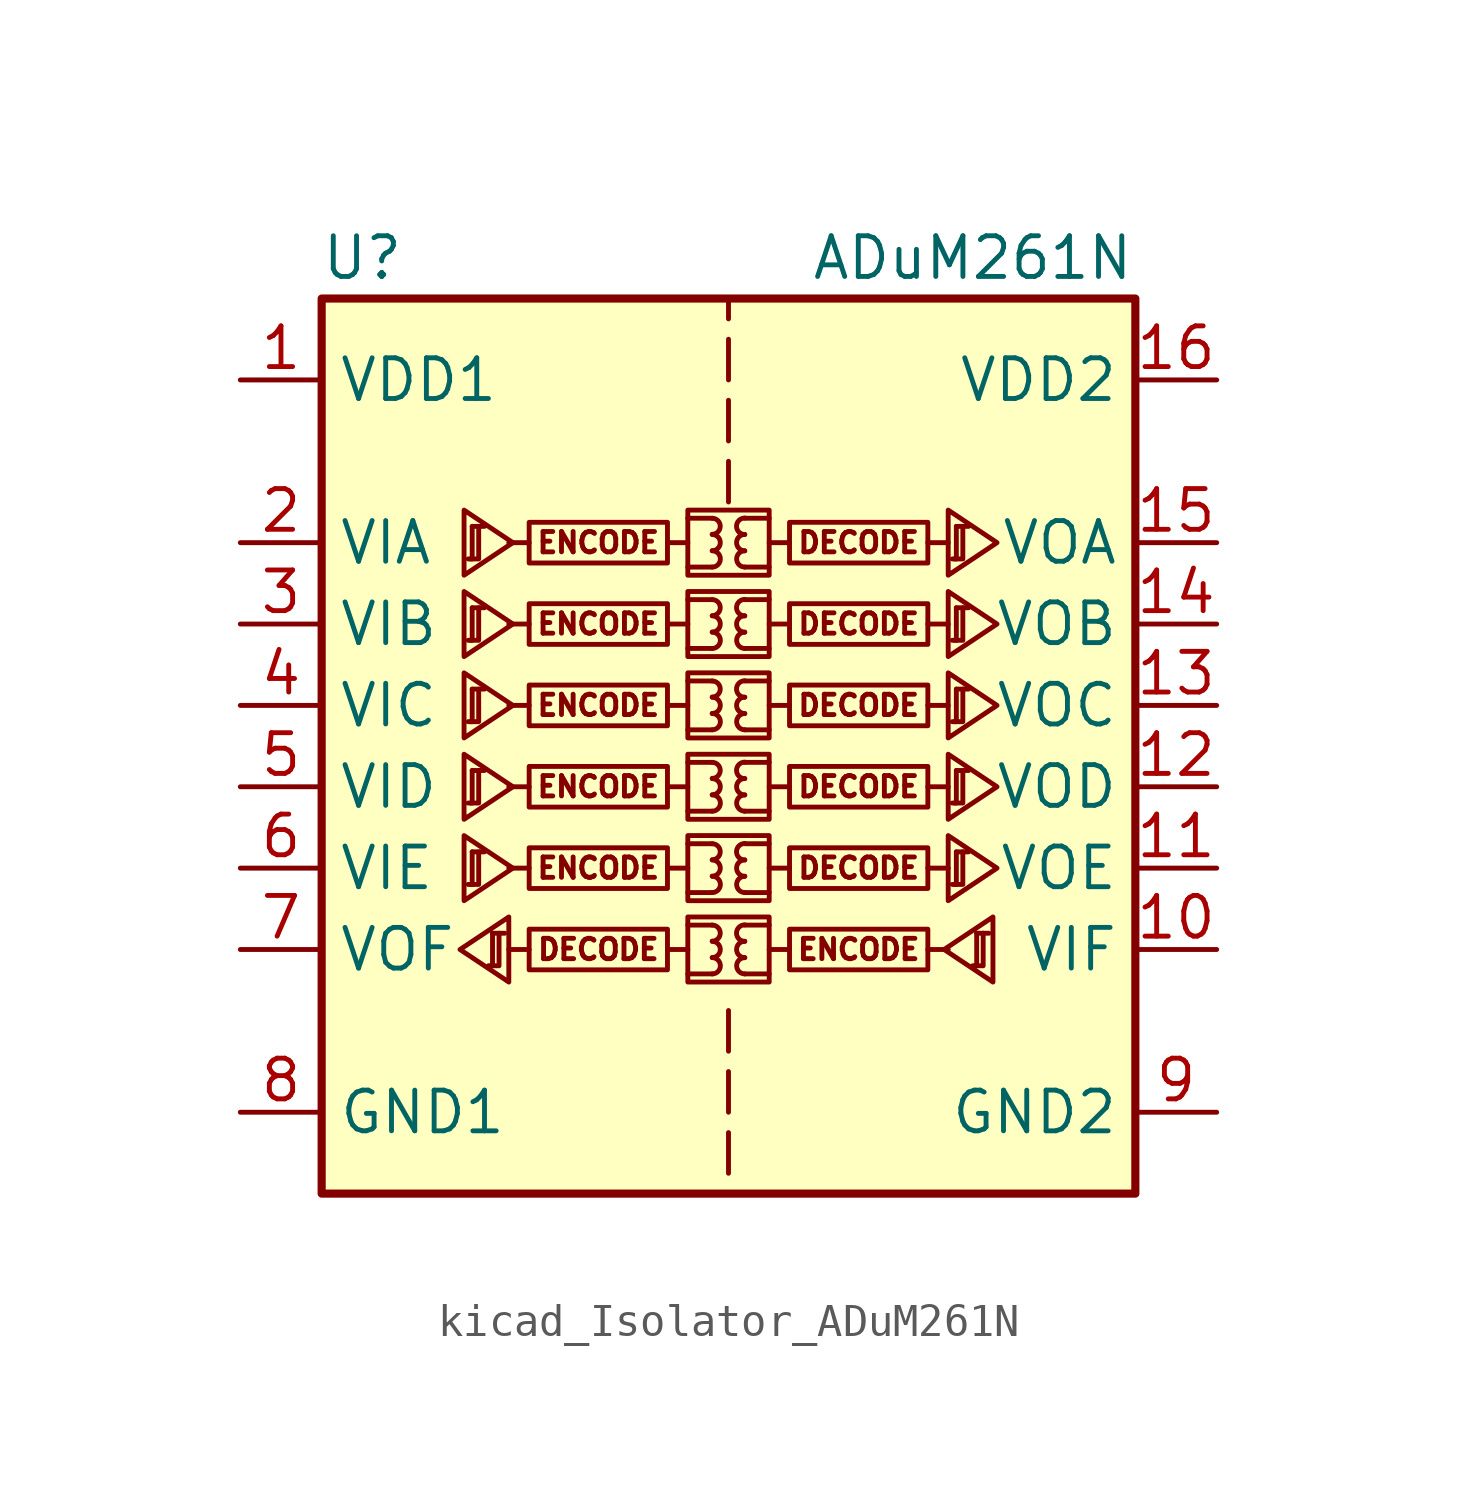
<source format=kicad_sym>
(kicad_symbol_lib
  (version 20220914)
  (generator kicad_symbol_editor)
  (symbol "kicad_Isolator_ADuM261N"
    (property "Reference" "U"
      (at -11.43 16.51 0)
      (effects (font (size 1.27 1.27))))
    (property "Value" "ADuM261N"
      (at 7.62 16.51 0)
      (effects (font (size 1.27 1.27))))
    (symbol "kicad_Isolator_ADuM261N_1_0"
      (rectangle (start -1.27 -4.064) (end 1.27 -6.096) (stroke (width 0) (type default)) (fill (type none)))
      (rectangle (start -1.27 -1.524) (end 1.27 -3.556) (stroke (width 0) (type default)) (fill (type none)))
      (rectangle (start -1.27 1.016) (end 1.27 -1.016) (stroke (width 0) (type default)) (fill (type none)))
      (rectangle (start -1.27 3.556) (end 1.27 1.524) (stroke (width 0) (type default)) (fill (type none)))
      (rectangle (start -1.27 6.096) (end 1.27 4.064) (stroke (width 0) (type default)) (fill (type none)))
      (rectangle (start -1.27 8.636) (end 1.27 6.604) (stroke (width 0) (type default)) (fill (type none)))
      (arc (start -0.508 -5.842) (mid -0.2551 -5.588) (end -0.508 -5.334) (stroke (width 0) (type default)) (fill (type none)))
      (arc (start -0.508 -5.334) (mid -0.2551 -5.08) (end -0.508 -4.826) (stroke (width 0) (type default)) (fill (type none)))
      (arc (start -0.508 -4.826) (mid -0.2551 -4.572) (end -0.508 -4.318) (stroke (width 0) (type default)) (fill (type none)))
      (arc (start -0.508 -3.302) (mid -0.2551 -3.048) (end -0.508 -2.794) (stroke (width 0) (type default)) (fill (type none)))
      (arc (start -0.508 -2.794) (mid -0.2551 -2.54) (end -0.508 -2.286) (stroke (width 0) (type default)) (fill (type none)))
      (arc (start -0.508 -2.286) (mid -0.2551 -2.032) (end -0.508 -1.778) (stroke (width 0) (type default)) (fill (type none)))
      (arc (start -0.508 -0.762) (mid -0.2551 -0.508) (end -0.508 -0.254) (stroke (width 0) (type default)) (fill (type none)))
      (arc (start -0.508 -0.254) (mid -0.2551 0) (end -0.508 0.254) (stroke (width 0) (type default)) (fill (type none)))
      (arc (start -0.508 0.254) (mid -0.2551 0.508) (end -0.508 0.762) (stroke (width 0) (type default)) (fill (type none)))
      (arc (start -0.508 1.778) (mid -0.2551 2.032) (end -0.508 2.286) (stroke (width 0) (type default)) (fill (type none)))
      (arc (start -0.508 2.286) (mid -0.2551 2.54) (end -0.508 2.794) (stroke (width 0) (type default)) (fill (type none)))
      (arc (start -0.508 2.794) (mid -0.2551 3.048) (end -0.508 3.302) (stroke (width 0) (type default)) (fill (type none)))
      (arc (start -0.508 4.318) (mid -0.2551 4.572) (end -0.508 4.826) (stroke (width 0) (type default)) (fill (type none)))
      (arc (start -0.508 4.826) (mid -0.2551 5.08) (end -0.508 5.334) (stroke (width 0) (type default)) (fill (type none)))
      (arc (start -0.508 5.334) (mid -0.2551 5.588) (end -0.508 5.842) (stroke (width 0) (type default)) (fill (type none)))
      (arc (start -0.508 6.858) (mid -0.2551 7.112) (end -0.508 7.366) (stroke (width 0) (type default)) (fill (type none)))
      (arc (start -0.508 7.366) (mid -0.2551 7.62) (end -0.508 7.874) (stroke (width 0) (type default)) (fill (type none)))
      (arc (start -0.508 7.874) (mid -0.2551 8.128) (end -0.508 8.382) (stroke (width 0) (type default)) (fill (type none)))
      (polyline (pts (xy -6.223 -5.08) (xy -6.858 -5.08)) (stroke (width 0) (type default)) (fill (type none)))
      (polyline (pts (xy -6.223 -2.54) (xy -6.858 -2.54)) (stroke (width 0) (type default)) (fill (type none)))
      (polyline (pts (xy -6.223 0) (xy -6.858 0)) (stroke (width 0) (type default)) (fill (type none)))
      (polyline (pts (xy -6.223 2.54) (xy -6.858 2.54)) (stroke (width 0) (type default)) (fill (type none)))
      (polyline (pts (xy -6.223 5.08) (xy -6.858 5.08)) (stroke (width 0) (type default)) (fill (type none)))
      (polyline (pts (xy -6.223 7.62) (xy -6.858 7.62)) (stroke (width 0) (type default)) (fill (type none)))
      (polyline (pts (xy -1.905 -5.08) (xy -1.27 -5.08)) (stroke (width 0) (type default)) (fill (type none)))
      (polyline (pts (xy -1.905 -2.54) (xy -1.27 -2.54)) (stroke (width 0) (type default)) (fill (type none)))
      (polyline (pts (xy -1.905 0) (xy -1.27 0)) (stroke (width 0) (type default)) (fill (type none)))
      (polyline (pts (xy -1.905 2.54) (xy -1.27 2.54)) (stroke (width 0) (type default)) (fill (type none)))
      (polyline (pts (xy -1.905 5.08) (xy -1.27 5.08)) (stroke (width 0) (type default)) (fill (type none)))
      (polyline (pts (xy -1.905 7.62) (xy -1.27 7.62)) (stroke (width 0) (type default)) (fill (type none)))
      (polyline (pts (xy -1.27 -5.842) (xy -0.508 -5.842)) (stroke (width 0) (type default)) (fill (type none)))
      (polyline (pts (xy -1.27 -4.318) (xy -0.508 -4.318)) (stroke (width 0) (type default)) (fill (type none)))
      (polyline (pts (xy -1.27 -3.302) (xy -0.508 -3.302)) (stroke (width 0) (type default)) (fill (type none)))
      (polyline (pts (xy -1.27 -1.778) (xy -0.508 -1.778)) (stroke (width 0) (type default)) (fill (type none)))
      (polyline (pts (xy -1.27 -0.762) (xy -0.508 -0.762)) (stroke (width 0) (type default)) (fill (type none)))
      (polyline (pts (xy -1.27 0.762) (xy -0.508 0.762)) (stroke (width 0) (type default)) (fill (type none)))
      (polyline (pts (xy -1.27 1.778) (xy -0.508 1.778)) (stroke (width 0) (type default)) (fill (type none)))
      (polyline (pts (xy -1.27 3.302) (xy -0.508 3.302)) (stroke (width 0) (type default)) (fill (type none)))
      (polyline (pts (xy -1.27 4.318) (xy -0.508 4.318)) (stroke (width 0) (type default)) (fill (type none)))
      (polyline (pts (xy -1.27 5.842) (xy -0.508 5.842)) (stroke (width 0) (type default)) (fill (type none)))
      (polyline (pts (xy -1.27 6.858) (xy -0.508 6.858)) (stroke (width 0) (type default)) (fill (type none)))
      (polyline (pts (xy -1.27 8.382) (xy -0.508 8.382)) (stroke (width 0) (type default)) (fill (type none)))
      (polyline (pts (xy 0 -10.795) (xy 0 -12.065)) (stroke (width 0) (type default)) (fill (type none)))
      (polyline (pts (xy 0 -8.89) (xy 0 -10.16)) (stroke (width 0) (type default)) (fill (type none)))
      (polyline (pts (xy 0 -6.985) (xy 0 -8.255)) (stroke (width 0) (type default)) (fill (type none)))
      (polyline (pts (xy 0 8.89) (xy 0 10.16)) (stroke (width 0) (type default)) (fill (type none)))
      (polyline (pts (xy 0 12.065) (xy 0 10.795)) (stroke (width 0) (type default)) (fill (type none)))
      (polyline (pts (xy 0 13.97) (xy 0 12.7)) (stroke (width 0) (type default)) (fill (type none)))
      (polyline (pts (xy 0 14.605) (xy 0 15.24)) (stroke (width 0) (type default)) (fill (type none)))
      (polyline (pts (xy 1.27 -5.842) (xy 0.508 -5.842)) (stroke (width 0) (type default)) (fill (type none)))
      (polyline (pts (xy 1.27 -4.318) (xy 0.508 -4.318)) (stroke (width 0) (type default)) (fill (type none)))
      (polyline (pts (xy 1.27 -3.302) (xy 0.508 -3.302)) (stroke (width 0) (type default)) (fill (type none)))
      (polyline (pts (xy 1.27 -1.778) (xy 0.508 -1.778)) (stroke (width 0) (type default)) (fill (type none)))
      (polyline (pts (xy 1.27 -0.762) (xy 0.508 -0.762)) (stroke (width 0) (type default)) (fill (type none)))
      (polyline (pts (xy 1.27 0.762) (xy 0.508 0.762)) (stroke (width 0) (type default)) (fill (type none)))
      (polyline (pts (xy 1.27 1.778) (xy 0.508 1.778)) (stroke (width 0) (type default)) (fill (type none)))
      (polyline (pts (xy 1.27 3.302) (xy 0.508 3.302)) (stroke (width 0) (type default)) (fill (type none)))
      (polyline (pts (xy 1.27 4.318) (xy 0.508 4.318)) (stroke (width 0) (type default)) (fill (type none)))
      (polyline (pts (xy 1.27 5.842) (xy 0.508 5.842)) (stroke (width 0) (type default)) (fill (type none)))
      (polyline (pts (xy 1.27 6.858) (xy 0.508 6.858)) (stroke (width 0) (type default)) (fill (type none)))
      (polyline (pts (xy 1.27 8.382) (xy 0.508 8.382)) (stroke (width 0) (type default)) (fill (type none)))
      (polyline (pts (xy 1.905 -5.08) (xy 1.27 -5.08)) (stroke (width 0) (type default)) (fill (type none)))
      (polyline (pts (xy 1.905 -2.54) (xy 1.27 -2.54)) (stroke (width 0) (type default)) (fill (type none)))
      (polyline (pts (xy 1.905 0) (xy 1.27 0)) (stroke (width 0) (type default)) (fill (type none)))
      (polyline (pts (xy 1.905 2.54) (xy 1.27 2.54)) (stroke (width 0) (type default)) (fill (type none)))
      (polyline (pts (xy 1.905 5.08) (xy 1.27 5.08)) (stroke (width 0) (type default)) (fill (type none)))
      (polyline (pts (xy 1.905 7.62) (xy 1.27 7.62)) (stroke (width 0) (type default)) (fill (type none)))
      (polyline (pts (xy 6.223 -5.08) (xy 6.858 -5.08)) (stroke (width 0) (type default)) (fill (type none)))
      (polyline (pts (xy 6.223 -2.54) (xy 6.858 -2.54)) (stroke (width 0) (type default)) (fill (type none)))
      (polyline (pts (xy 6.223 0) (xy 6.858 0)) (stroke (width 0) (type default)) (fill (type none)))
      (polyline (pts (xy 6.223 2.54) (xy 6.858 2.54)) (stroke (width 0) (type default)) (fill (type none)))
      (polyline (pts (xy 6.223 5.08) (xy 6.858 5.08)) (stroke (width 0) (type default)) (fill (type none)))
      (polyline (pts (xy 6.223 7.62) (xy 6.858 7.62)) (stroke (width 0) (type default)) (fill (type none)))
      (arc (start 0.508 -5.334) (mid 0.2551 -5.588) (end 0.508 -5.842) (stroke (width 0) (type default)) (fill (type none)))
      (arc (start 0.508 -4.826) (mid 0.2551 -5.08) (end 0.508 -5.334) (stroke (width 0) (type default)) (fill (type none)))
      (arc (start 0.508 -4.318) (mid 0.2551 -4.572) (end 0.508 -4.826) (stroke (width 0) (type default)) (fill (type none)))
      (arc (start 0.508 -2.794) (mid 0.2551 -3.048) (end 0.508 -3.302) (stroke (width 0) (type default)) (fill (type none)))
      (arc (start 0.508 -2.286) (mid 0.2551 -2.54) (end 0.508 -2.794) (stroke (width 0) (type default)) (fill (type none)))
      (arc (start 0.508 -1.778) (mid 0.2551 -2.032) (end 0.508 -2.286) (stroke (width 0) (type default)) (fill (type none)))
      (arc (start 0.508 -0.254) (mid 0.2551 -0.508) (end 0.508 -0.762) (stroke (width 0) (type default)) (fill (type none)))
      (arc (start 0.508 0.254) (mid 0.2551 0) (end 0.508 -0.254) (stroke (width 0) (type default)) (fill (type none)))
      (arc (start 0.508 0.762) (mid 0.2551 0.508) (end 0.508 0.254) (stroke (width 0) (type default)) (fill (type none)))
      (arc (start 0.508 2.286) (mid 0.2551 2.032) (end 0.508 1.778) (stroke (width 0) (type default)) (fill (type none)))
      (arc (start 0.508 2.794) (mid 0.2551 2.54) (end 0.508 2.286) (stroke (width 0) (type default)) (fill (type none)))
      (arc (start 0.508 3.302) (mid 0.2551 3.048) (end 0.508 2.794) (stroke (width 0) (type default)) (fill (type none)))
      (arc (start 0.508 4.826) (mid 0.2551 4.572) (end 0.508 4.318) (stroke (width 0) (type default)) (fill (type none)))
      (arc (start 0.508 5.334) (mid 0.2551 5.08) (end 0.508 4.826) (stroke (width 0) (type default)) (fill (type none)))
      (arc (start 0.508 5.842) (mid 0.2551 5.588) (end 0.508 5.334) (stroke (width 0) (type default)) (fill (type none)))
      (arc (start 0.508 7.366) (mid 0.2551 7.112) (end 0.508 6.858) (stroke (width 0) (type default)) (fill (type none)))
      (arc (start 0.508 7.874) (mid 0.2551 7.62) (end 0.508 7.366) (stroke (width 0) (type default)) (fill (type none)))
      (arc (start 0.508 8.382) (mid 0.2551 8.128) (end 0.508 7.874) (stroke (width 0) (type default)) (fill (type none)))
      (rectangle (start 1.905 -4.445) (end 6.223 -5.715) (stroke (width 0) (type default)) (fill (type none)))
      (rectangle (start 1.905 -1.905) (end 6.223 -3.175) (stroke (width 0) (type default)) (fill (type none)))
      (rectangle (start 1.905 0.635) (end 6.223 -0.635) (stroke (width 0) (type default)) (fill (type none)))
      (rectangle (start 1.905 3.175) (end 6.223 1.905) (stroke (width 0) (type default)) (fill (type none)))
      (rectangle (start 1.905 5.715) (end 6.223 4.445) (stroke (width 0) (type default)) (fill (type none)))
      (rectangle (start 1.905 8.255) (end 6.223 6.985) (stroke (width 0) (type default)) (fill (type none)))
      (text "DECODE" (at -4.064 -5.08 0) (effects (font (size 0.635 0.635))))
      (text "DECODE" (at 4.064 -2.54 0) (effects (font (size 0.635 0.635))))
      (text "DECODE" (at 4.064 0 0) (effects (font (size 0.635 0.635))))
      (text "DECODE" (at 4.064 2.54 0) (effects (font (size 0.635 0.635))))
      (text "DECODE" (at 4.064 5.08 0) (effects (font (size 0.635 0.635))))
      (text "DECODE" (at 4.064 7.62 0) (effects (font (size 0.635 0.635))))
      (text "ENCODE" (at -4.064 -2.54 0) (effects (font (size 0.635 0.635))))
      (text "ENCODE" (at -4.064 0 0) (effects (font (size 0.635 0.635))))
      (text "ENCODE" (at -4.064 2.54 0) (effects (font (size 0.635 0.635))))
      (text "ENCODE" (at -4.064 5.08 0) (effects (font (size 0.635 0.635))))
      (text "ENCODE" (at -4.064 7.62 0) (effects (font (size 0.635 0.635))))
      (text "ENCODE" (at 4.064 -5.08 0) (effects (font (size 0.635 0.635)))))
    (symbol "kicad_Isolator_ADuM261N_1_1"
      (rectangle (start -12.7 15.24) (end 12.7 -12.7) (stroke (width 0.254) (type default)) (fill (type background)))
      (rectangle (start -1.905 -4.445) (end -6.223 -5.715) (stroke (width 0) (type default)) (fill (type none)))
      (rectangle (start -1.905 -1.905) (end -6.223 -3.175) (stroke (width 0) (type default)) (fill (type none)))
      (rectangle (start -1.905 0.635) (end -6.223 -0.635) (stroke (width 0) (type default)) (fill (type none)))
      (rectangle (start -1.905 3.175) (end -6.223 1.905) (stroke (width 0) (type default)) (fill (type none)))
      (rectangle (start -1.905 5.715) (end -6.223 4.445) (stroke (width 0) (type default)) (fill (type none)))
      (rectangle (start -1.905 8.255) (end -6.223 6.985) (stroke (width 0) (type default)) (fill (type none)))
      (polyline (pts (xy -8.001 -2.032) (xy -7.62 -2.032)) (stroke (width 0) (type default)) (fill (type none)))
      (polyline (pts (xy -8.001 0.508) (xy -7.62 0.508)) (stroke (width 0) (type default)) (fill (type none)))
      (polyline (pts (xy -8.001 3.048) (xy -7.62 3.048)) (stroke (width 0) (type default)) (fill (type none)))
      (polyline (pts (xy -8.001 5.588) (xy -7.62 5.588)) (stroke (width 0) (type default)) (fill (type none)))
      (polyline (pts (xy -8.001 8.128) (xy -7.62 8.128)) (stroke (width 0) (type default)) (fill (type none)))
      (polyline (pts (xy -7.366 -4.572) (xy -6.985 -4.572)) (stroke (width 0) (type default)) (fill (type none)))
      (polyline (pts (xy 7.112 -2.032) (xy 7.493 -2.032)) (stroke (width 0) (type default)) (fill (type none)))
      (polyline (pts (xy 7.112 0.508) (xy 7.493 0.508)) (stroke (width 0) (type default)) (fill (type none)))
      (polyline (pts (xy 7.112 3.048) (xy 7.493 3.048)) (stroke (width 0) (type default)) (fill (type none)))
      (polyline (pts (xy 7.112 5.588) (xy 7.493 5.588)) (stroke (width 0) (type default)) (fill (type none)))
      (polyline (pts (xy 7.112 8.128) (xy 7.493 8.128)) (stroke (width 0) (type default)) (fill (type none)))
      (polyline (pts (xy 7.747 -4.572) (xy 8.128 -4.572)) (stroke (width 0) (type default)) (fill (type none)))
      (polyline (pts (xy -8.052 -3.048) (xy -7.798 -3.048) (xy -7.798 -2.032)) (stroke (width 0) (type default)) (fill (type none)))
      (polyline (pts (xy -8.052 -0.508) (xy -7.798 -0.508) (xy -7.798 0.508)) (stroke (width 0) (type default)) (fill (type none)))
      (polyline (pts (xy -8.052 2.032) (xy -7.798 2.032) (xy -7.798 3.048)) (stroke (width 0) (type default)) (fill (type none)))
      (polyline (pts (xy -8.052 4.572) (xy -7.798 4.572) (xy -7.798 5.588)) (stroke (width 0) (type default)) (fill (type none)))
      (polyline (pts (xy -8.052 7.112) (xy -7.798 7.112) (xy -7.798 8.128)) (stroke (width 0) (type default)) (fill (type none)))
      (polyline (pts (xy -8.001 -2.032) (xy -8.001 -3.048) (xy -8.128 -3.048)) (stroke (width 0) (type default)) (fill (type none)))
      (polyline (pts (xy -8.001 0.508) (xy -8.001 -0.508) (xy -8.128 -0.508)) (stroke (width 0) (type default)) (fill (type none)))
      (polyline (pts (xy -8.001 3.048) (xy -8.001 2.032) (xy -8.128 2.032)) (stroke (width 0) (type default)) (fill (type none)))
      (polyline (pts (xy -8.001 5.588) (xy -8.001 4.572) (xy -8.128 4.572)) (stroke (width 0) (type default)) (fill (type none)))
      (polyline (pts (xy -8.001 8.128) (xy -8.001 7.112) (xy -8.128 7.112)) (stroke (width 0) (type default)) (fill (type none)))
      (polyline (pts (xy -7.417 -5.588) (xy -7.163 -5.588) (xy -7.163 -4.572)) (stroke (width 0) (type default)) (fill (type none)))
      (polyline (pts (xy -7.366 -4.572) (xy -7.366 -5.588) (xy -7.493 -5.588)) (stroke (width 0) (type default)) (fill (type none)))
      (polyline (pts (xy 7.061 -3.048) (xy 7.315 -3.048) (xy 7.315 -2.032)) (stroke (width 0) (type default)) (fill (type none)))
      (polyline (pts (xy 7.061 -0.508) (xy 7.315 -0.508) (xy 7.315 0.508)) (stroke (width 0) (type default)) (fill (type none)))
      (polyline (pts (xy 7.061 2.032) (xy 7.315 2.032) (xy 7.315 3.048)) (stroke (width 0) (type default)) (fill (type none)))
      (polyline (pts (xy 7.061 4.572) (xy 7.315 4.572) (xy 7.315 5.588)) (stroke (width 0) (type default)) (fill (type none)))
      (polyline (pts (xy 7.061 7.112) (xy 7.315 7.112) (xy 7.315 8.128)) (stroke (width 0) (type default)) (fill (type none)))
      (polyline (pts (xy 7.112 -2.032) (xy 7.112 -3.048) (xy 6.985 -3.048)) (stroke (width 0) (type default)) (fill (type none)))
      (polyline (pts (xy 7.112 0.508) (xy 7.112 -0.508) (xy 6.985 -0.508)) (stroke (width 0) (type default)) (fill (type none)))
      (polyline (pts (xy 7.112 3.048) (xy 7.112 2.032) (xy 6.985 2.032)) (stroke (width 0) (type default)) (fill (type none)))
      (polyline (pts (xy 7.112 5.588) (xy 7.112 4.572) (xy 6.985 4.572)) (stroke (width 0) (type default)) (fill (type none)))
      (polyline (pts (xy 7.112 8.128) (xy 7.112 7.112) (xy 6.985 7.112)) (stroke (width 0) (type default)) (fill (type none)))
      (polyline (pts (xy 7.696 -5.588) (xy 7.95 -5.588) (xy 7.95 -4.572)) (stroke (width 0) (type default)) (fill (type none)))
      (polyline (pts (xy 7.747 -4.572) (xy 7.747 -5.588) (xy 7.62 -5.588)) (stroke (width 0) (type default)) (fill (type none)))
      (polyline (pts (xy -8.382 -5.08) (xy -6.858 -4.064) (xy -6.858 -6.096) (xy -8.382 -5.08)) (stroke (width 0) (type default)) (fill (type none)))
      (polyline (pts (xy -6.731 -2.54) (xy -8.255 -1.524) (xy -8.255 -3.556) (xy -6.731 -2.54)) (stroke (width 0) (type default)) (fill (type none)))
      (polyline (pts (xy -6.731 0) (xy -8.255 1.016) (xy -8.255 -1.016) (xy -6.731 0)) (stroke (width 0) (type default)) (fill (type none)))
      (polyline (pts (xy -6.731 2.54) (xy -8.255 3.556) (xy -8.255 1.524) (xy -6.731 2.54)) (stroke (width 0) (type default)) (fill (type none)))
      (polyline (pts (xy -6.731 5.08) (xy -8.255 6.096) (xy -8.255 4.064) (xy -6.731 5.08)) (stroke (width 0) (type default)) (fill (type none)))
      (polyline (pts (xy -6.731 7.62) (xy -8.255 8.636) (xy -8.255 6.604) (xy -6.731 7.62)) (stroke (width 0) (type default)) (fill (type none)))
      (polyline (pts (xy 6.731 -5.08) (xy 8.255 -4.064) (xy 8.255 -6.096) (xy 6.731 -5.08)) (stroke (width 0) (type default)) (fill (type none)))
      (polyline (pts (xy 8.382 -2.54) (xy 6.858 -1.524) (xy 6.858 -3.556) (xy 8.382 -2.54)) (stroke (width 0) (type default)) (fill (type none)))
      (polyline (pts (xy 8.382 0) (xy 6.858 1.016) (xy 6.858 -1.016) (xy 8.382 0)) (stroke (width 0) (type default)) (fill (type none)))
      (polyline (pts (xy 8.382 2.54) (xy 6.858 3.556) (xy 6.858 1.524) (xy 8.382 2.54)) (stroke (width 0) (type default)) (fill (type none)))
      (polyline (pts (xy 8.382 5.08) (xy 6.858 6.096) (xy 6.858 4.064) (xy 8.382 5.08)) (stroke (width 0) (type default)) (fill (type none)))
      (polyline (pts (xy 8.382 7.62) (xy 6.858 8.636) (xy 6.858 6.604) (xy 8.382 7.62)) (stroke (width 0) (type default)) (fill (type none)))
      (pin power_in line (at -15.24 12.7 0) (length 2.54) (name "VDD1" (effects (font (size 1.27 1.27)))) (number "1" (effects (font (size 1.27 1.27)))))
      (pin input line (at 15.24 -5.08 180) (length 2.54) (name "VIF" (effects (font (size 1.27 1.27)))) (number "10" (effects (font (size 1.27 1.27)))))
      (pin output line (at 15.24 -2.54 180) (length 2.54) (name "VOE" (effects (font (size 1.27 1.27)))) (number "11" (effects (font (size 1.27 1.27)))))
      (pin output line (at 15.24 0 180) (length 2.54) (name "VOD" (effects (font (size 1.27 1.27)))) (number "12" (effects (font (size 1.27 1.27)))))
      (pin output line (at 15.24 2.54 180) (length 2.54) (name "VOC" (effects (font (size 1.27 1.27)))) (number "13" (effects (font (size 1.27 1.27)))))
      (pin output line (at 15.24 5.08 180) (length 2.54) (name "VOB" (effects (font (size 1.27 1.27)))) (number "14" (effects (font (size 1.27 1.27)))))
      (pin output line (at 15.24 7.62 180) (length 2.54) (name "VOA" (effects (font (size 1.27 1.27)))) (number "15" (effects (font (size 1.27 1.27)))))
      (pin power_in line (at 15.24 12.7 180) (length 2.54) (name "VDD2" (effects (font (size 1.27 1.27)))) (number "16" (effects (font (size 1.27 1.27)))))
      (pin input line (at -15.24 7.62 0) (length 2.54) (name "VIA" (effects (font (size 1.27 1.27)))) (number "2" (effects (font (size 1.27 1.27)))))
      (pin input line (at -15.24 5.08 0) (length 2.54) (name "VIB" (effects (font (size 1.27 1.27)))) (number "3" (effects (font (size 1.27 1.27)))))
      (pin input line (at -15.24 2.54 0) (length 2.54) (name "VIC" (effects (font (size 1.27 1.27)))) (number "4" (effects (font (size 1.27 1.27)))))
      (pin input line (at -15.24 0 0) (length 2.54) (name "VID" (effects (font (size 1.27 1.27)))) (number "5" (effects (font (size 1.27 1.27)))))
      (pin input line (at -15.24 -2.54 0) (length 2.54) (name "VIE" (effects (font (size 1.27 1.27)))) (number "6" (effects (font (size 1.27 1.27)))))
      (pin output line (at -15.24 -5.08 0) (length 2.54) (name "VOF" (effects (font (size 1.27 1.27)))) (number "7" (effects (font (size 1.27 1.27)))))
      (pin power_in line (at -15.24 -10.16 0) (length 2.54) (name "GND1" (effects (font (size 1.27 1.27)))) (number "8" (effects (font (size 1.27 1.27)))))
      (pin power_in line (at 15.24 -10.16 180) (length 2.54) (name "GND2" (effects (font (size 1.27 1.27)))) (number "9" (effects (font (size 1.27 1.27))))))))
</source>
